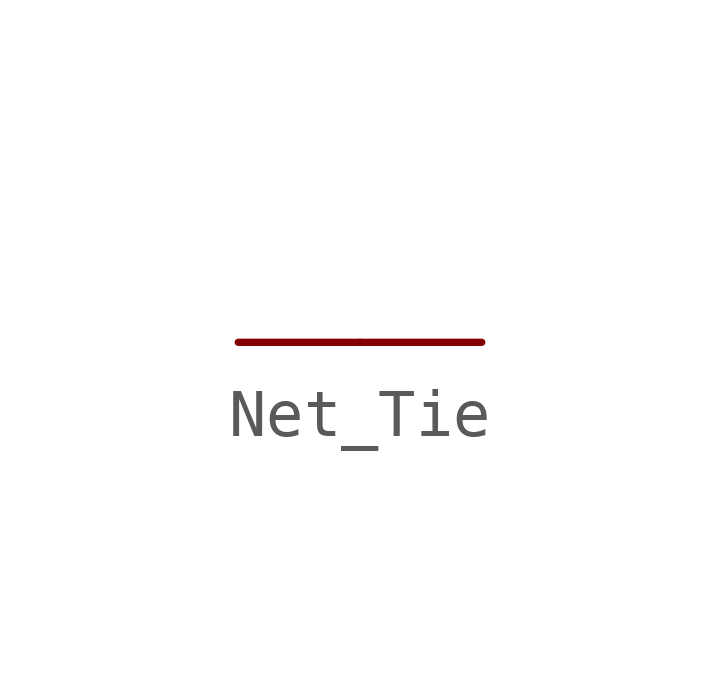
<source format=kicad_sym>
(kicad_symbol_lib
  (version 20241209)
  (generator "kicad_symbol_editor")
  (generator_version "9.0")
  (symbol "Net_Tie"
    (pin_numbers
      (hide yes))
    (pin_names
      (offset 0)
      (hide yes))
    (property "Reference" "U"
      (at 0 0 0)
      (effects (font (size 1.27 1.27)) (hide yes)))
    (property "Value" ""
      (at 0 0 0)
      (effects (font (size 1.27 1.27))))
    (symbol "Net_Tie_1_1"
      (pin unspecified line (at -2.54 -2.54 0) (length 2.54) (name "" (effects (font (size 1.27 1.27)))) (number "" (effects (font (size 1.27 1.27)))))
      (pin unspecified line (at 2.54 -2.54 180) (length 2.54) (name "" (effects (font (size 1.27 1.27)))) (number "" (effects (font (size 1.27 1.27))))))))
</source>
